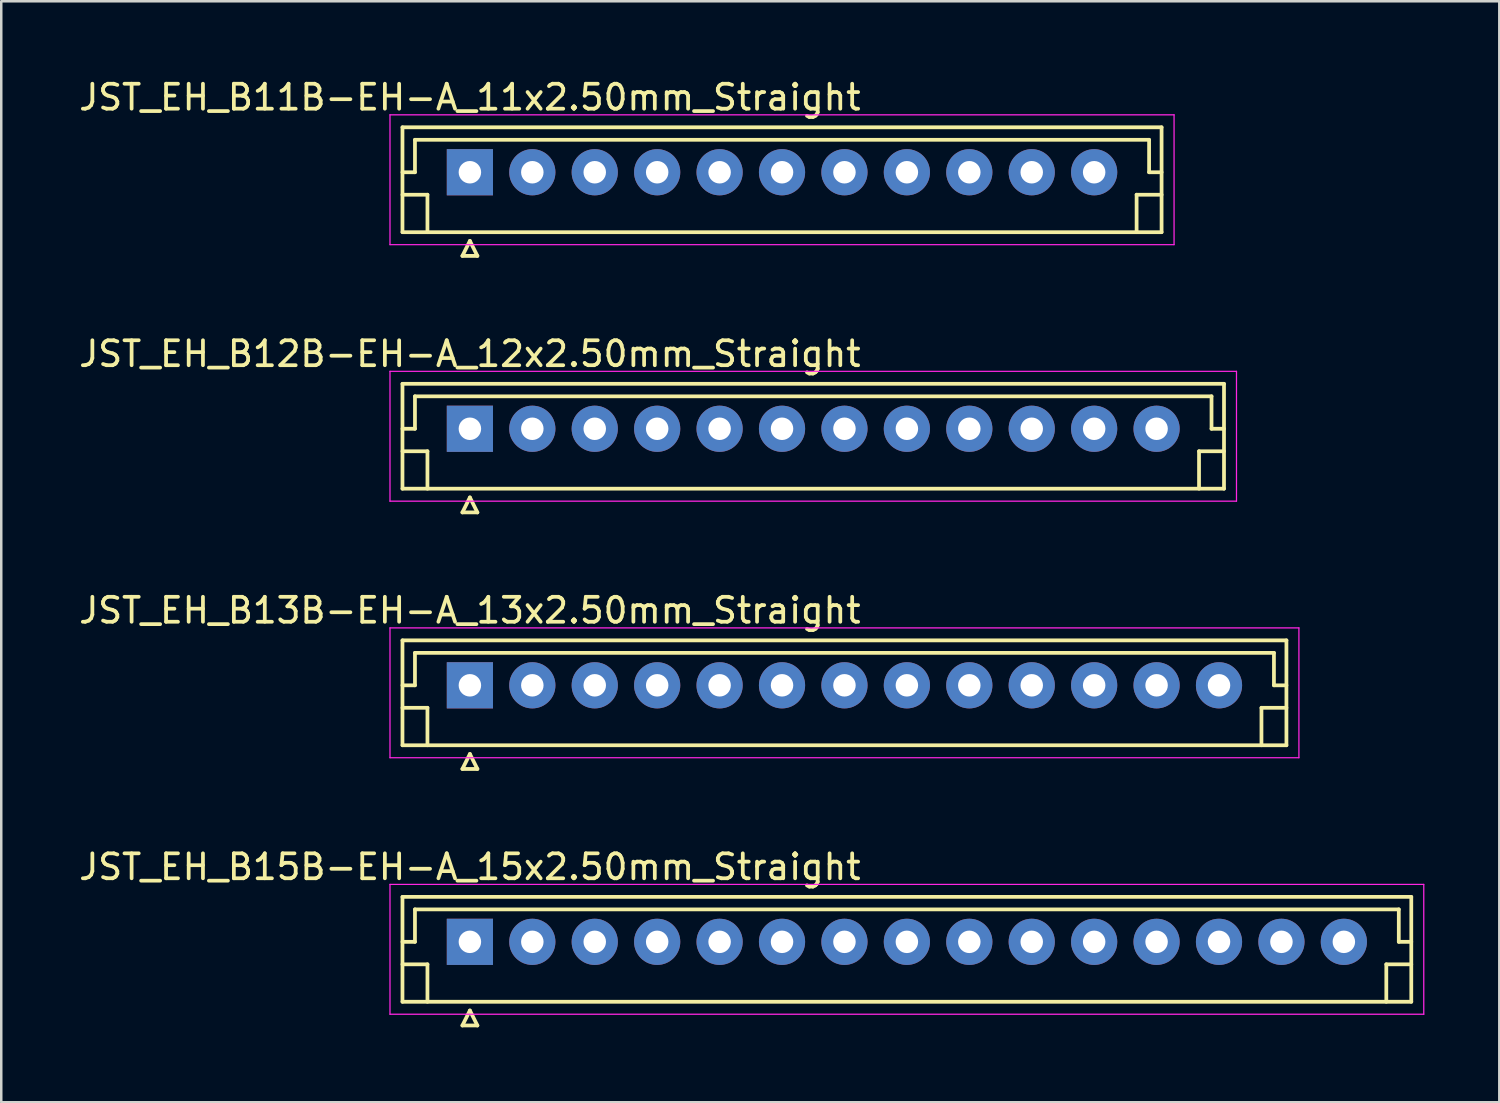
<source format=kicad_pcb>
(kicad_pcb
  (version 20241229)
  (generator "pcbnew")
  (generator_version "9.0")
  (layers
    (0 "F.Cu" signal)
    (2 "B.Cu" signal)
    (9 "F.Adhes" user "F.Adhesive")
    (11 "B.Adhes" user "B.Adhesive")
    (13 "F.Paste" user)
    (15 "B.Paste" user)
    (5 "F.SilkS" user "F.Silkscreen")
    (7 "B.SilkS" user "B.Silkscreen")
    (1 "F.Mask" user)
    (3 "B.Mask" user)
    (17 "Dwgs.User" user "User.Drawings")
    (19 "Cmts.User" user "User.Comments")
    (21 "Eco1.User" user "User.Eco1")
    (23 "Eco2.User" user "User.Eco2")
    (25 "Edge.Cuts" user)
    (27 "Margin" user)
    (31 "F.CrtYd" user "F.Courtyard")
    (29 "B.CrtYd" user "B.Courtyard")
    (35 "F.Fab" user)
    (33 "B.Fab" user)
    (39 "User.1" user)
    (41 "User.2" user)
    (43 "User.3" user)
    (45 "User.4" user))
  (footprint "JST_EH_B13B-EH-A_13x2.50mm_Straight"
    (layer "F.Cu")
    (at 15.768 24.395)
    (property "Reference" "JST_EH_B13B-EH-A_13x2.50mm_Straight" (at 0 -3 0) (layer "F.SilkS") (effects (font (size 1 1) (thickness 0.15))))
    (attr through_hole)
    (fp_line (start -2.7 -1.8) (end -2.7 2.4) (stroke (width 0.15) (type solid)) (layer "F.SilkS"))
    (fp_line (start -2.7 0) (end -2.2 0) (stroke (width 0.15) (type solid)) (layer "F.SilkS"))
    (fp_line (start -2.7 0.9) (end -1.7 0.9) (stroke (width 0.15) (type solid)) (layer "F.SilkS"))
    (fp_line (start -2.7 2.4) (end 32.7 2.4) (stroke (width 0.15) (type solid)) (layer "F.SilkS"))
    (fp_line (start -2.2 -1.3) (end 32.2 -1.3) (stroke (width 0.15) (type solid)) (layer "F.SilkS"))
    (fp_line (start -2.2 0) (end -2.2 -1.3) (stroke (width 0.15) (type solid)) (layer "F.SilkS"))
    (fp_line (start -1.7 0.9) (end -1.7 2.4) (stroke (width 0.15) (type solid)) (layer "F.SilkS"))
    (fp_line (start -0.3 3.35) (end 0.3 3.35) (stroke (width 0.15) (type solid)) (layer "F.SilkS"))
    (fp_line (start 0 2.75) (end -0.3 3.35) (stroke (width 0.15) (type solid)) (layer "F.SilkS"))
    (fp_line (start 0.3 3.35) (end 0 2.75) (stroke (width 0.15) (type solid)) (layer "F.SilkS"))
    (fp_line (start 31.7 0.9) (end 31.7 2.4) (stroke (width 0.15) (type solid)) (layer "F.SilkS"))
    (fp_line (start 32.2 -1.3) (end 32.2 0) (stroke (width 0.15) (type solid)) (layer "F.SilkS"))
    (fp_line (start 32.2 0) (end 32.7 0) (stroke (width 0.15) (type solid)) (layer "F.SilkS"))
    (fp_line (start 32.7 -1.8) (end -2.7 -1.8) (stroke (width 0.15) (type solid)) (layer "F.SilkS"))
    (fp_line (start 32.7 0.9) (end 31.7 0.9) (stroke (width 0.15) (type solid)) (layer "F.SilkS"))
    (fp_line (start 32.7 2.4) (end 32.7 -1.8) (stroke (width 0.15) (type solid)) (layer "F.SilkS"))
    (fp_line (start -3.2 -2.3) (end -3.2 2.9) (stroke (width 0.05) (type solid)) (layer "F.CrtYd"))
    (fp_line (start -3.2 2.9) (end 33.2 2.9) (stroke (width 0.05) (type solid)) (layer "F.CrtYd"))
    (fp_line (start 33.2 -2.3) (end -3.2 -2.3) (stroke (width 0.05) (type solid)) (layer "F.CrtYd"))
    (fp_line (start 33.2 2.9) (end 33.2 -2.3) (stroke (width 0.05) (type solid)) (layer "F.CrtYd"))
    (pad "1" thru_hole rect (at 0 0) (size 1.85 1.85) (drill 0.9) (layers "*.Cu" "*.Mask"))
    (pad "2" thru_hole circle (at 2.5 0) (size 1.85 1.85) (drill 0.9) (layers "*.Cu" "*.Mask"))
    (pad "3" thru_hole circle (at 5 0) (size 1.85 1.85) (drill 0.9) (layers "*.Cu" "*.Mask"))
    (pad "4" thru_hole circle (at 7.5 0) (size 1.85 1.85) (drill 0.9) (layers "*.Cu" "*.Mask"))
    (pad "5" thru_hole circle (at 10 0) (size 1.85 1.85) (drill 0.9) (layers "*.Cu" "*.Mask"))
    (pad "6" thru_hole circle (at 12.5 0) (size 1.85 1.85) (drill 0.9) (layers "*.Cu" "*.Mask"))
    (pad "7" thru_hole circle (at 15 0) (size 1.85 1.85) (drill 0.9) (layers "*.Cu" "*.Mask"))
    (pad "8" thru_hole circle (at 17.5 0) (size 1.85 1.85) (drill 0.9) (layers "*.Cu" "*.Mask"))
    (pad "9" thru_hole circle (at 20 0) (size 1.85 1.85) (drill 0.9) (layers "*.Cu" "*.Mask"))
    (pad "10" thru_hole circle (at 22.5 0) (size 1.85 1.85) (drill 0.9) (layers "*.Cu" "*.Mask"))
    (pad "11" thru_hole circle (at 25 0) (size 1.85 1.85) (drill 0.9) (layers "*.Cu" "*.Mask"))
    (pad "12" thru_hole circle (at 27.5 0) (size 1.85 1.85) (drill 0.9) (layers "*.Cu" "*.Mask"))
    (pad "13" thru_hole circle (at 30 0) (size 1.85 1.85) (drill 0.9) (layers "*.Cu" "*.Mask")))
  (footprint "JST_EH_B11B-EH-A_11x2.50mm_Straight"
    (layer "F.Cu")
    (at 15.768 3.848)
    (property "Reference" "JST_EH_B11B-EH-A_11x2.50mm_Straight" (at 0 -3 0) (layer "F.SilkS") (effects (font (size 1 1) (thickness 0.15))))
    (attr through_hole)
    (fp_line (start -2.7 -1.8) (end -2.7 2.4) (stroke (width 0.15) (type solid)) (layer "F.SilkS"))
    (fp_line (start -2.7 0) (end -2.2 0) (stroke (width 0.15) (type solid)) (layer "F.SilkS"))
    (fp_line (start -2.7 0.9) (end -1.7 0.9) (stroke (width 0.15) (type solid)) (layer "F.SilkS"))
    (fp_line (start -2.7 2.4) (end 27.7 2.4) (stroke (width 0.15) (type solid)) (layer "F.SilkS"))
    (fp_line (start -2.2 -1.3) (end 27.2 -1.3) (stroke (width 0.15) (type solid)) (layer "F.SilkS"))
    (fp_line (start -2.2 0) (end -2.2 -1.3) (stroke (width 0.15) (type solid)) (layer "F.SilkS"))
    (fp_line (start -1.7 0.9) (end -1.7 2.4) (stroke (width 0.15) (type solid)) (layer "F.SilkS"))
    (fp_line (start -0.3 3.35) (end 0.3 3.35) (stroke (width 0.15) (type solid)) (layer "F.SilkS"))
    (fp_line (start 0 2.75) (end -0.3 3.35) (stroke (width 0.15) (type solid)) (layer "F.SilkS"))
    (fp_line (start 0.3 3.35) (end 0 2.75) (stroke (width 0.15) (type solid)) (layer "F.SilkS"))
    (fp_line (start 26.7 0.9) (end 26.7 2.4) (stroke (width 0.15) (type solid)) (layer "F.SilkS"))
    (fp_line (start 27.2 -1.3) (end 27.2 0) (stroke (width 0.15) (type solid)) (layer "F.SilkS"))
    (fp_line (start 27.2 0) (end 27.7 0) (stroke (width 0.15) (type solid)) (layer "F.SilkS"))
    (fp_line (start 27.7 -1.8) (end -2.7 -1.8) (stroke (width 0.15) (type solid)) (layer "F.SilkS"))
    (fp_line (start 27.7 0.9) (end 26.7 0.9) (stroke (width 0.15) (type solid)) (layer "F.SilkS"))
    (fp_line (start 27.7 2.4) (end 27.7 -1.8) (stroke (width 0.15) (type solid)) (layer "F.SilkS"))
    (fp_line (start -3.2 -2.3) (end -3.2 2.9) (stroke (width 0.05) (type solid)) (layer "F.CrtYd"))
    (fp_line (start -3.2 2.9) (end 28.2 2.9) (stroke (width 0.05) (type solid)) (layer "F.CrtYd"))
    (fp_line (start 28.2 -2.3) (end -3.2 -2.3) (stroke (width 0.05) (type solid)) (layer "F.CrtYd"))
    (fp_line (start 28.2 2.9) (end 28.2 -2.3) (stroke (width 0.05) (type solid)) (layer "F.CrtYd"))
    (pad "1" thru_hole rect (at 0 0) (size 1.85 1.85) (drill 0.9) (layers "*.Cu" "*.Mask"))
    (pad "2" thru_hole circle (at 2.5 0) (size 1.85 1.85) (drill 0.9) (layers "*.Cu" "*.Mask"))
    (pad "3" thru_hole circle (at 5 0) (size 1.85 1.85) (drill 0.9) (layers "*.Cu" "*.Mask"))
    (pad "4" thru_hole circle (at 7.5 0) (size 1.85 1.85) (drill 0.9) (layers "*.Cu" "*.Mask"))
    (pad "5" thru_hole circle (at 10 0) (size 1.85 1.85) (drill 0.9) (layers "*.Cu" "*.Mask"))
    (pad "6" thru_hole circle (at 12.5 0) (size 1.85 1.85) (drill 0.9) (layers "*.Cu" "*.Mask"))
    (pad "7" thru_hole circle (at 15 0) (size 1.85 1.85) (drill 0.9) (layers "*.Cu" "*.Mask"))
    (pad "8" thru_hole circle (at 17.5 0) (size 1.85 1.85) (drill 0.9) (layers "*.Cu" "*.Mask"))
    (pad "9" thru_hole circle (at 20 0) (size 1.85 1.85) (drill 0.9) (layers "*.Cu" "*.Mask"))
    (pad "10" thru_hole circle (at 22.5 0) (size 1.85 1.85) (drill 0.9) (layers "*.Cu" "*.Mask"))
    (pad "11" thru_hole circle (at 25 0) (size 1.85 1.85) (drill 0.9) (layers "*.Cu" "*.Mask")))
  (footprint "JST_EH_B12B-EH-A_12x2.50mm_Straight"
    (layer "F.Cu")
    (at 15.768 14.121)
    (property "Reference" "JST_EH_B12B-EH-A_12x2.50mm_Straight" (at 0 -3 0) (layer "F.SilkS") (effects (font (size 1 1) (thickness 0.15))))
    (attr through_hole)
    (fp_line (start -2.7 -1.8) (end -2.7 2.4) (stroke (width 0.15) (type solid)) (layer "F.SilkS"))
    (fp_line (start -2.7 0) (end -2.2 0) (stroke (width 0.15) (type solid)) (layer "F.SilkS"))
    (fp_line (start -2.7 0.9) (end -1.7 0.9) (stroke (width 0.15) (type solid)) (layer "F.SilkS"))
    (fp_line (start -2.7 2.4) (end 30.2 2.4) (stroke (width 0.15) (type solid)) (layer "F.SilkS"))
    (fp_line (start -2.2 -1.3) (end 29.7 -1.3) (stroke (width 0.15) (type solid)) (layer "F.SilkS"))
    (fp_line (start -2.2 0) (end -2.2 -1.3) (stroke (width 0.15) (type solid)) (layer "F.SilkS"))
    (fp_line (start -1.7 0.9) (end -1.7 2.4) (stroke (width 0.15) (type solid)) (layer "F.SilkS"))
    (fp_line (start -0.3 3.35) (end 0.3 3.35) (stroke (width 0.15) (type solid)) (layer "F.SilkS"))
    (fp_line (start 0 2.75) (end -0.3 3.35) (stroke (width 0.15) (type solid)) (layer "F.SilkS"))
    (fp_line (start 0.3 3.35) (end 0 2.75) (stroke (width 0.15) (type solid)) (layer "F.SilkS"))
    (fp_line (start 29.2 0.9) (end 29.2 2.4) (stroke (width 0.15) (type solid)) (layer "F.SilkS"))
    (fp_line (start 29.7 -1.3) (end 29.7 0) (stroke (width 0.15) (type solid)) (layer "F.SilkS"))
    (fp_line (start 29.7 0) (end 30.2 0) (stroke (width 0.15) (type solid)) (layer "F.SilkS"))
    (fp_line (start 30.2 -1.8) (end -2.7 -1.8) (stroke (width 0.15) (type solid)) (layer "F.SilkS"))
    (fp_line (start 30.2 0.9) (end 29.2 0.9) (stroke (width 0.15) (type solid)) (layer "F.SilkS"))
    (fp_line (start 30.2 2.4) (end 30.2 -1.8) (stroke (width 0.15) (type solid)) (layer "F.SilkS"))
    (fp_line (start -3.2 -2.3) (end -3.2 2.9) (stroke (width 0.05) (type solid)) (layer "F.CrtYd"))
    (fp_line (start -3.2 2.9) (end 30.7 2.9) (stroke (width 0.05) (type solid)) (layer "F.CrtYd"))
    (fp_line (start 30.7 -2.3) (end -3.2 -2.3) (stroke (width 0.05) (type solid)) (layer "F.CrtYd"))
    (fp_line (start 30.7 2.9) (end 30.7 -2.3) (stroke (width 0.05) (type solid)) (layer "F.CrtYd"))
    (pad "1" thru_hole rect (at 0 0) (size 1.85 1.85) (drill 0.9) (layers "*.Cu" "*.Mask"))
    (pad "2" thru_hole circle (at 2.5 0) (size 1.85 1.85) (drill 0.9) (layers "*.Cu" "*.Mask"))
    (pad "3" thru_hole circle (at 5 0) (size 1.85 1.85) (drill 0.9) (layers "*.Cu" "*.Mask"))
    (pad "4" thru_hole circle (at 7.5 0) (size 1.85 1.85) (drill 0.9) (layers "*.Cu" "*.Mask"))
    (pad "5" thru_hole circle (at 10 0) (size 1.85 1.85) (drill 0.9) (layers "*.Cu" "*.Mask"))
    (pad "6" thru_hole circle (at 12.5 0) (size 1.85 1.85) (drill 0.9) (layers "*.Cu" "*.Mask"))
    (pad "7" thru_hole circle (at 15 0) (size 1.85 1.85) (drill 0.9) (layers "*.Cu" "*.Mask"))
    (pad "8" thru_hole circle (at 17.5 0) (size 1.85 1.85) (drill 0.9) (layers "*.Cu" "*.Mask"))
    (pad "9" thru_hole circle (at 20 0) (size 1.85 1.85) (drill 0.9) (layers "*.Cu" "*.Mask"))
    (pad "10" thru_hole circle (at 22.5 0) (size 1.85 1.85) (drill 0.9) (layers "*.Cu" "*.Mask"))
    (pad "11" thru_hole circle (at 25 0) (size 1.85 1.85) (drill 0.9) (layers "*.Cu" "*.Mask"))
    (pad "12" thru_hole circle (at 27.5 0) (size 1.85 1.85) (drill 0.9) (layers "*.Cu" "*.Mask")))
  (footprint "JST_EH_B15B-EH-A_15x2.50mm_Straight"
    (layer "F.Cu")
    (at 15.768 34.668)
    (property "Reference" "JST_EH_B15B-EH-A_15x2.50mm_Straight" (at 0 -3 0) (layer "F.SilkS") (effects (font (size 1 1) (thickness 0.15))))
    (attr through_hole)
    (fp_line (start -2.7 -1.8) (end -2.7 2.4) (stroke (width 0.15) (type solid)) (layer "F.SilkS"))
    (fp_line (start -2.7 0) (end -2.2 0) (stroke (width 0.15) (type solid)) (layer "F.SilkS"))
    (fp_line (start -2.7 0.9) (end -1.7 0.9) (stroke (width 0.15) (type solid)) (layer "F.SilkS"))
    (fp_line (start -2.7 2.4) (end 37.7 2.4) (stroke (width 0.15) (type solid)) (layer "F.SilkS"))
    (fp_line (start -2.2 -1.3) (end 37.2 -1.3) (stroke (width 0.15) (type solid)) (layer "F.SilkS"))
    (fp_line (start -2.2 0) (end -2.2 -1.3) (stroke (width 0.15) (type solid)) (layer "F.SilkS"))
    (fp_line (start -1.7 0.9) (end -1.7 2.4) (stroke (width 0.15) (type solid)) (layer "F.SilkS"))
    (fp_line (start -0.3 3.35) (end 0.3 3.35) (stroke (width 0.15) (type solid)) (layer "F.SilkS"))
    (fp_line (start 0 2.75) (end -0.3 3.35) (stroke (width 0.15) (type solid)) (layer "F.SilkS"))
    (fp_line (start 0.3 3.35) (end 0 2.75) (stroke (width 0.15) (type solid)) (layer "F.SilkS"))
    (fp_line (start 36.7 0.9) (end 36.7 2.4) (stroke (width 0.15) (type solid)) (layer "F.SilkS"))
    (fp_line (start 37.2 -1.3) (end 37.2 0) (stroke (width 0.15) (type solid)) (layer "F.SilkS"))
    (fp_line (start 37.2 0) (end 37.7 0) (stroke (width 0.15) (type solid)) (layer "F.SilkS"))
    (fp_line (start 37.7 -1.8) (end -2.7 -1.8) (stroke (width 0.15) (type solid)) (layer "F.SilkS"))
    (fp_line (start 37.7 0.9) (end 36.7 0.9) (stroke (width 0.15) (type solid)) (layer "F.SilkS"))
    (fp_line (start 37.7 2.4) (end 37.7 -1.8) (stroke (width 0.15) (type solid)) (layer "F.SilkS"))
    (fp_line (start -3.2 -2.3) (end -3.2 2.9) (stroke (width 0.05) (type solid)) (layer "F.CrtYd"))
    (fp_line (start -3.2 2.9) (end 38.2 2.9) (stroke (width 0.05) (type solid)) (layer "F.CrtYd"))
    (fp_line (start 38.2 -2.3) (end -3.2 -2.3) (stroke (width 0.05) (type solid)) (layer "F.CrtYd"))
    (fp_line (start 38.2 2.9) (end 38.2 -2.3) (stroke (width 0.05) (type solid)) (layer "F.CrtYd"))
    (pad "1" thru_hole rect (at 0 0) (size 1.85 1.85) (drill 0.9) (layers "*.Cu" "*.Mask"))
    (pad "2" thru_hole circle (at 2.5 0) (size 1.85 1.85) (drill 0.9) (layers "*.Cu" "*.Mask"))
    (pad "3" thru_hole circle (at 5 0) (size 1.85 1.85) (drill 0.9) (layers "*.Cu" "*.Mask"))
    (pad "4" thru_hole circle (at 7.5 0) (size 1.85 1.85) (drill 0.9) (layers "*.Cu" "*.Mask"))
    (pad "5" thru_hole circle (at 10 0) (size 1.85 1.85) (drill 0.9) (layers "*.Cu" "*.Mask"))
    (pad "6" thru_hole circle (at 12.5 0) (size 1.85 1.85) (drill 0.9) (layers "*.Cu" "*.Mask"))
    (pad "7" thru_hole circle (at 15 0) (size 1.85 1.85) (drill 0.9) (layers "*.Cu" "*.Mask"))
    (pad "8" thru_hole circle (at 17.5 0) (size 1.85 1.85) (drill 0.9) (layers "*.Cu" "*.Mask"))
    (pad "9" thru_hole circle (at 20 0) (size 1.85 1.85) (drill 0.9) (layers "*.Cu" "*.Mask"))
    (pad "10" thru_hole circle (at 22.5 0) (size 1.85 1.85) (drill 0.9) (layers "*.Cu" "*.Mask"))
    (pad "11" thru_hole circle (at 25 0) (size 1.85 1.85) (drill 0.9) (layers "*.Cu" "*.Mask"))
    (pad "12" thru_hole circle (at 27.5 0) (size 1.85 1.85) (drill 0.9) (layers "*.Cu" "*.Mask"))
    (pad "13" thru_hole circle (at 30 0) (size 1.85 1.85) (drill 0.9) (layers "*.Cu" "*.Mask"))
    (pad "14" thru_hole circle (at 32.5 0) (size 1.85 1.85) (drill 0.9) (layers "*.Cu" "*.Mask"))
    (pad "15" thru_hole circle (at 35 0) (size 1.85 1.85) (drill 0.9) (layers "*.Cu" "*.Mask")))
  (gr_rect
    (start -3 -3)
    (end 56.993 41.093)
    (stroke (width 0.1) (type default))
    (fill no)
    (layer "Edge.Cuts")))
</source>
